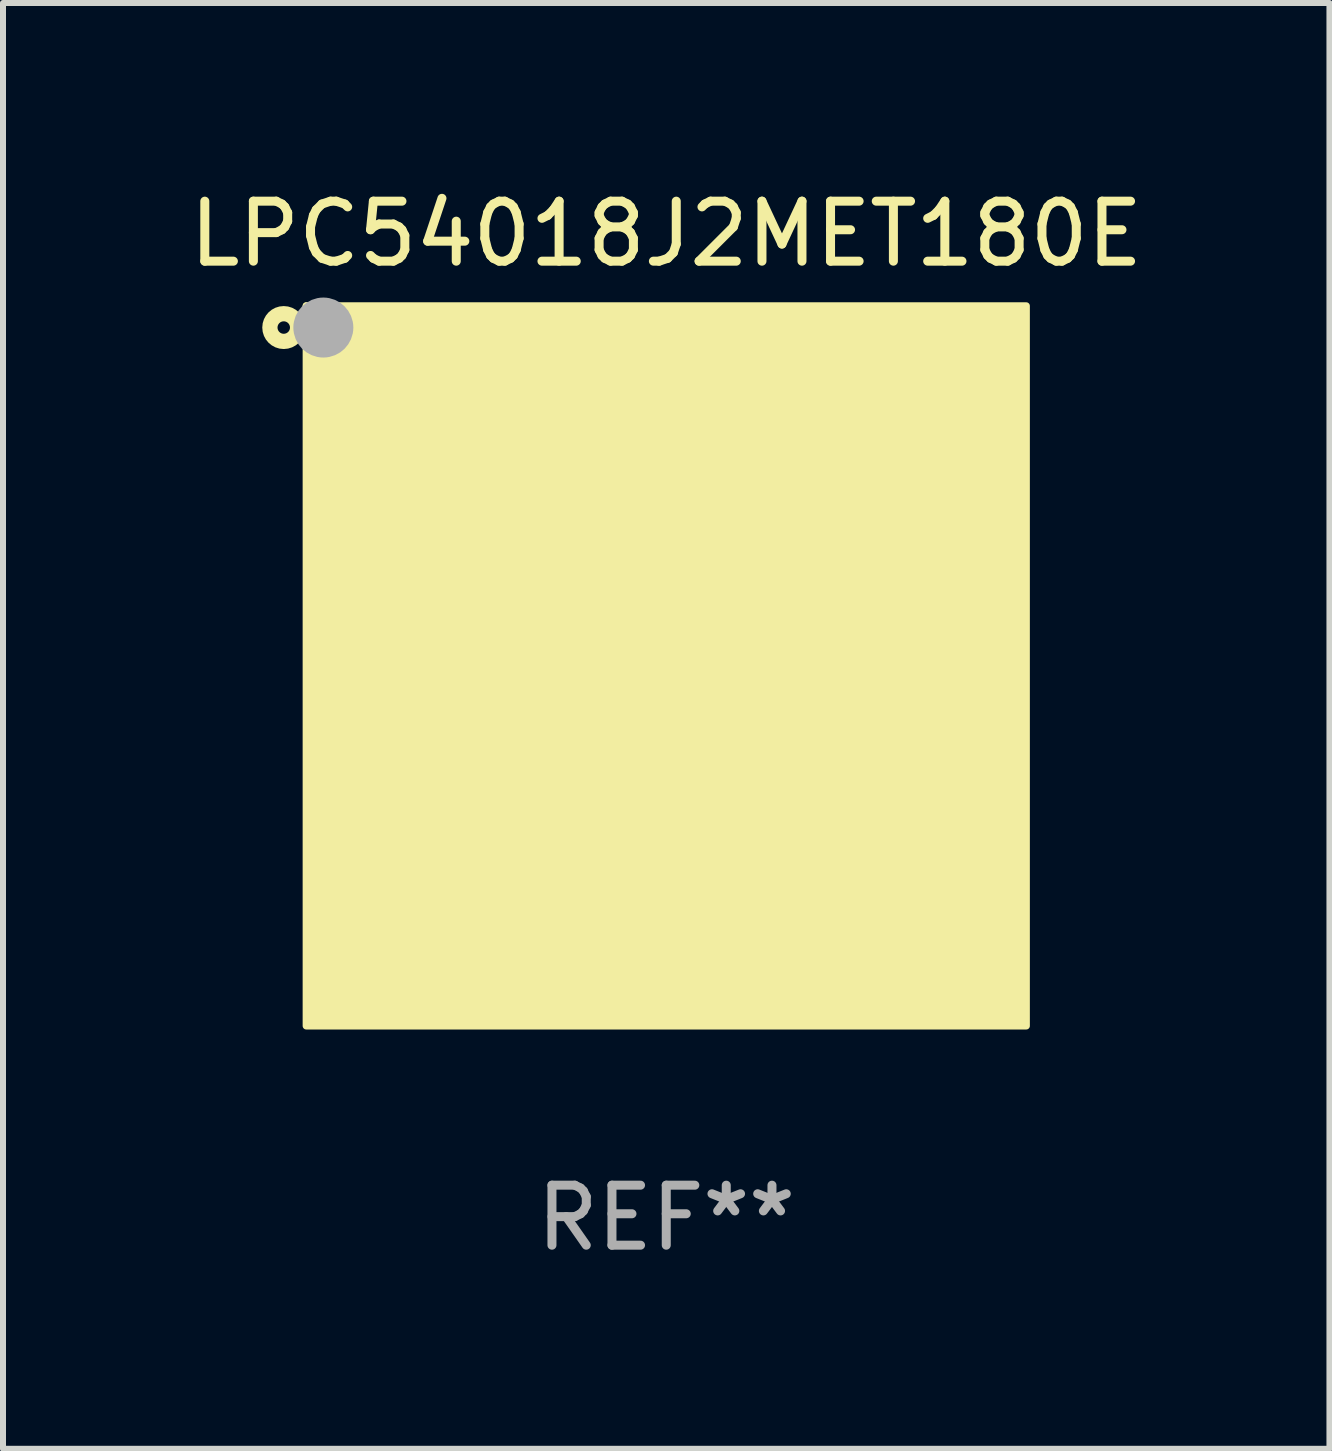
<source format=kicad_pcb>
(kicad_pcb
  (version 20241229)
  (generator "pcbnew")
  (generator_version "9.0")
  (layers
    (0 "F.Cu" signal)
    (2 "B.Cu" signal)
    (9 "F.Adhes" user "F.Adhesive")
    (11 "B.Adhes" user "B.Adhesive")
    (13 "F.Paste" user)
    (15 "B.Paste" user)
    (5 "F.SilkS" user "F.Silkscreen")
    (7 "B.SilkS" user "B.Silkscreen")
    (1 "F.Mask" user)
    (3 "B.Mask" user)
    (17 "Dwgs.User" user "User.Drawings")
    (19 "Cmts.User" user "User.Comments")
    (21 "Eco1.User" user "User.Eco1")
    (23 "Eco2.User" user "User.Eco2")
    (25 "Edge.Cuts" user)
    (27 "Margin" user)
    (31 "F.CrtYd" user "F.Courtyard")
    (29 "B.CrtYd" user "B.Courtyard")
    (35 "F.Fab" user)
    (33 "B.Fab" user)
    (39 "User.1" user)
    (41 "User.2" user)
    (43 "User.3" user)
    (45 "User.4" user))
  (footprint "LPC54018J2MET180E"
    (layer "F.Cu")
    (at 8.054 8.048)
    (property "Reference" "LPC54018J2MET180E" (at 0 -7.2 0) (layer "F.SilkS") (effects (font (size 1 1) (thickness 0.15))))
    (attr through_hole)
    (fp_circle (center -6.375 -5.639) (end -6.271 -5.639) (stroke (width 0.254) (type solid)) (fill no) (layer "F.SilkS"))
    (fp_circle (center -6 -6) (end -5.97 -6) (stroke (width 0.06) (type solid)) (fill no) (layer "F.SilkS"))
    (fp_poly (pts (xy -6 -6) (xy 6 -6) (xy 6 6) (xy -6 6)) (stroke (width 0.12) (type solid)) (fill yes) (layer "F.SilkS"))
    (fp_circle (center -5.715 -5.639) (end -5.465 -5.639) (stroke (width 0.5) (type solid)) (fill no) (layer "F.Fab"))
    (fp_text user "REF**" (at 0 9.2 0) (layer "F.Fab") (effects (font (size 1 1) (thickness 0.15))))
    (pad "A1" smd circle (at -5.2 -5.2) (size 0.5 0.5) (layers "F.Cu" "F.Mask" "F.Paste"))
    (pad "A2" smd circle (at -4.4 -5.2) (size 0.5 0.5) (layers "F.Cu" "F.Mask" "F.Paste"))
    (pad "A3" smd circle (at -3.6 -5.2) (size 0.5 0.5) (layers "F.Cu" "F.Mask" "F.Paste"))
    (pad "A4" smd circle (at -2.8 -5.2) (size 0.5 0.5) (layers "F.Cu" "F.Mask" "F.Paste"))
    (pad "A5" smd circle (at -2 -5.2) (size 0.5 0.5) (layers "F.Cu" "F.Mask" "F.Paste"))
    (pad "A6" smd circle (at -1.2 -5.2) (size 0.5 0.5) (layers "F.Cu" "F.Mask" "F.Paste"))
    (pad "A7" smd circle (at -0.4 -5.2) (size 0.5 0.5) (layers "F.Cu" "F.Mask" "F.Paste"))
    (pad "A8" smd circle (at 0.4 -5.2) (size 0.5 0.5) (layers "F.Cu" "F.Mask" "F.Paste"))
    (pad "A9" smd circle (at 1.2 -5.2) (size 0.5 0.5) (layers "F.Cu" "F.Mask" "F.Paste"))
    (pad "A10" smd circle (at 2 -5.2) (size 0.5 0.5) (layers "F.Cu" "F.Mask" "F.Paste"))
    (pad "A11" smd circle (at 2.8 -5.2) (size 0.5 0.5) (layers "F.Cu" "F.Mask" "F.Paste"))
    (pad "A12" smd circle (at 3.6 -5.2) (size 0.5 0.5) (layers "F.Cu" "F.Mask" "F.Paste"))
    (pad "A13" smd circle (at 4.4 -5.2) (size 0.5 0.5) (layers "F.Cu" "F.Mask" "F.Paste"))
    (pad "A14" smd circle (at 5.2 -5.2) (size 0.5 0.5) (layers "F.Cu" "F.Mask" "F.Paste"))
    (pad "B1" smd circle (at -5.2 -4.4) (size 0.5 0.5) (layers "F.Cu" "F.Mask" "F.Paste"))
    (pad "B2" smd circle (at -4.4 -4.4) (size 0.5 0.5) (layers "F.Cu" "F.Mask" "F.Paste"))
    (pad "B3" smd circle (at -3.6 -4.4) (size 0.5 0.5) (layers "F.Cu" "F.Mask" "F.Paste"))
    (pad "B4" smd circle (at -2.8 -4.4) (size 0.5 0.5) (layers "F.Cu" "F.Mask" "F.Paste"))
    (pad "B5" smd circle (at -2 -4.4) (size 0.5 0.5) (layers "F.Cu" "F.Mask" "F.Paste"))
    (pad "B6" smd circle (at -1.2 -4.4) (size 0.5 0.5) (layers "F.Cu" "F.Mask" "F.Paste"))
    (pad "B7" smd circle (at -0.4 -4.4) (size 0.5 0.5) (layers "F.Cu" "F.Mask" "F.Paste"))
    (pad "B8" smd circle (at 0.4 -4.4) (size 0.5 0.5) (layers "F.Cu" "F.Mask" "F.Paste"))
    (pad "B9" smd circle (at 1.2 -4.4) (size 0.5 0.5) (layers "F.Cu" "F.Mask" "F.Paste"))
    (pad "B10" smd circle (at 2 -4.4) (size 0.5 0.5) (layers "F.Cu" "F.Mask" "F.Paste"))
    (pad "B11" smd circle (at 2.8 -4.4) (size 0.5 0.5) (layers "F.Cu" "F.Mask" "F.Paste"))
    (pad "B12" smd circle (at 3.6 -4.4) (size 0.5 0.5) (layers "F.Cu" "F.Mask" "F.Paste"))
    (pad "B13" smd circle (at 4.4 -4.4) (size 0.5 0.5) (layers "F.Cu" "F.Mask" "F.Paste"))
    (pad "B14" smd circle (at 5.2 -4.4) (size 0.5 0.5) (layers "F.Cu" "F.Mask" "F.Paste"))
    (pad "C1" smd circle (at -5.2 -3.6) (size 0.5 0.5) (layers "F.Cu" "F.Mask" "F.Paste"))
    (pad "C2" smd circle (at -4.4 -3.6) (size 0.5 0.5) (layers "F.Cu" "F.Mask" "F.Paste"))
    (pad "C3" smd circle (at -3.6 -3.6) (size 0.5 0.5) (layers "F.Cu" "F.Mask" "F.Paste"))
    (pad "C4" smd circle (at -2.8 -3.6) (size 0.5 0.5) (layers "F.Cu" "F.Mask" "F.Paste"))
    (pad "C5" smd circle (at -2 -3.6) (size 0.5 0.5) (layers "F.Cu" "F.Mask" "F.Paste"))
    (pad "C6" smd circle (at -1.2 -3.6) (size 0.5 0.5) (layers "F.Cu" "F.Mask" "F.Paste"))
    (pad "C7" smd circle (at -0.4 -3.6) (size 0.5 0.5) (layers "F.Cu" "F.Mask" "F.Paste"))
    (pad "C8" smd circle (at 0.4 -3.6) (size 0.5 0.5) (layers "F.Cu" "F.Mask" "F.Paste"))
    (pad "C9" smd circle (at 1.2 -3.6) (size 0.5 0.5) (layers "F.Cu" "F.Mask" "F.Paste"))
    (pad "C10" smd circle (at 2 -3.6) (size 0.5 0.5) (layers "F.Cu" "F.Mask" "F.Paste"))
    (pad "C11" smd circle (at 2.8 -3.6) (size 0.5 0.5) (layers "F.Cu" "F.Mask" "F.Paste"))
    (pad "C12" smd circle (at 3.6 -3.6) (size 0.5 0.5) (layers "F.Cu" "F.Mask" "F.Paste"))
    (pad "C13" smd circle (at 4.4 -3.6) (size 0.5 0.5) (layers "F.Cu" "F.Mask" "F.Paste"))
    (pad "C14" smd circle (at 5.2 -3.6) (size 0.5 0.5) (layers "F.Cu" "F.Mask" "F.Paste"))
    (pad "D1" smd circle (at -5.2 -2.8) (size 0.5 0.5) (layers "F.Cu" "F.Mask" "F.Paste"))
    (pad "D2" smd circle (at -4.4 -2.8) (size 0.5 0.5) (layers "F.Cu" "F.Mask" "F.Paste"))
    (pad "D3" smd circle (at -3.6 -2.8) (size 0.5 0.5) (layers "F.Cu" "F.Mask" "F.Paste"))
    (pad "D4" smd circle (at -2.8 -2.8) (size 0.5 0.5) (layers "F.Cu" "F.Mask" "F.Paste"))
    (pad "D5" smd circle (at -2 -2.8) (size 0.5 0.5) (layers "F.Cu" "F.Mask" "F.Paste"))
    (pad "D6" smd circle (at -1.2 -2.8) (size 0.5 0.5) (layers "F.Cu" "F.Mask" "F.Paste"))
    (pad "D7" smd circle (at -0.4 -2.8) (size 0.5 0.5) (layers "F.Cu" "F.Mask" "F.Paste"))
    (pad "D8" smd circle (at 0.4 -2.8) (size 0.5 0.5) (layers "F.Cu" "F.Mask" "F.Paste"))
    (pad "D9" smd circle (at 1.2 -2.8) (size 0.5 0.5) (layers "F.Cu" "F.Mask" "F.Paste"))
    (pad "D10" smd circle (at 2 -2.8) (size 0.5 0.5) (layers "F.Cu" "F.Mask" "F.Paste"))
    (pad "D11" smd circle (at 2.8 -2.8) (size 0.5 0.5) (layers "F.Cu" "F.Mask" "F.Paste"))
    (pad "D12" smd circle (at 3.6 -2.8) (size 0.5 0.5) (layers "F.Cu" "F.Mask" "F.Paste"))
    (pad "D13" smd circle (at 4.4 -2.8) (size 0.5 0.5) (layers "F.Cu" "F.Mask" "F.Paste"))
    (pad "D14" smd circle (at 5.2 -2.8) (size 0.5 0.5) (layers "F.Cu" "F.Mask" "F.Paste"))
    (pad "E1" smd circle (at -5.2 -2) (size 0.5 0.5) (layers "F.Cu" "F.Mask" "F.Paste"))
    (pad "E2" smd circle (at -4.4 -2) (size 0.5 0.5) (layers "F.Cu" "F.Mask" "F.Paste"))
    (pad "E3" smd circle (at -3.6 -2) (size 0.5 0.5) (layers "F.Cu" "F.Mask" "F.Paste"))
    (pad "E4" smd circle (at -2.8 -2) (size 0.5 0.5) (layers "F.Cu" "F.Mask" "F.Paste"))
    (pad "E5" smd circle (at -2 -2) (size 0.5 0.5) (layers "F.Cu" "F.Mask" "F.Paste"))
    (pad "E6" smd circle (at -1.2 -2) (size 0.5 0.5) (layers "F.Cu" "F.Mask" "F.Paste"))
    (pad "E7" smd circle (at -0.4 -2) (size 0.5 0.5) (layers "F.Cu" "F.Mask" "F.Paste"))
    (pad "E8" smd circle (at 0.4 -2) (size 0.5 0.5) (layers "F.Cu" "F.Mask" "F.Paste"))
    (pad "E9" smd circle (at 1.2 -2) (size 0.5 0.5) (layers "F.Cu" "F.Mask" "F.Paste"))
    (pad "E10" smd circle (at 2 -2) (size 0.5 0.5) (layers "F.Cu" "F.Mask" "F.Paste"))
    (pad "E11" smd circle (at 2.8 -2) (size 0.5 0.5) (layers "F.Cu" "F.Mask" "F.Paste"))
    (pad "E12" smd circle (at 3.6 -2) (size 0.5 0.5) (layers "F.Cu" "F.Mask" "F.Paste"))
    (pad "E13" smd circle (at 4.4 -2) (size 0.5 0.5) (layers "F.Cu" "F.Mask" "F.Paste"))
    (pad "E14" smd circle (at 5.2 -2) (size 0.5 0.5) (layers "F.Cu" "F.Mask" "F.Paste"))
    (pad "F1" smd circle (at -5.2 -1.2) (size 0.5 0.5) (layers "F.Cu" "F.Mask" "F.Paste"))
    (pad "F2" smd circle (at -4.4 -1.2) (size 0.5 0.5) (layers "F.Cu" "F.Mask" "F.Paste"))
    (pad "F3" smd circle (at -3.6 -1.2) (size 0.5 0.5) (layers "F.Cu" "F.Mask" "F.Paste"))
    (pad "F4" smd circle (at -2.8 -1.2) (size 0.5 0.5) (layers "F.Cu" "F.Mask" "F.Paste"))
    (pad "F5" smd circle (at -2 -1.2) (size 0.5 0.5) (layers "F.Cu" "F.Mask" "F.Paste"))
    (pad "F10" smd circle (at 2 -1.2) (size 0.5 0.5) (layers "F.Cu" "F.Mask" "F.Paste"))
    (pad "F11" smd circle (at 2.8 -1.2) (size 0.5 0.5) (layers "F.Cu" "F.Mask" "F.Paste"))
    (pad "F12" smd circle (at 3.6 -1.2) (size 0.5 0.5) (layers "F.Cu" "F.Mask" "F.Paste"))
    (pad "F13" smd circle (at 4.4 -1.2) (size 0.5 0.5) (layers "F.Cu" "F.Mask" "F.Paste"))
    (pad "F14" smd circle (at 5.2 -1.2) (size 0.5 0.5) (layers "F.Cu" "F.Mask" "F.Paste"))
    (pad "G1" smd circle (at -5.2 -0.4) (size 0.5 0.5) (layers "F.Cu" "F.Mask" "F.Paste"))
    (pad "G2" smd circle (at -4.4 -0.4) (size 0.5 0.5) (layers "F.Cu" "F.Mask" "F.Paste"))
    (pad "G3" smd circle (at -3.6 -0.4) (size 0.5 0.5) (layers "F.Cu" "F.Mask" "F.Paste"))
    (pad "G4" smd circle (at -2.8 -0.4) (size 0.5 0.5) (layers "F.Cu" "F.Mask" "F.Paste"))
    (pad "G5" smd circle (at -2 -0.4) (size 0.5 0.5) (layers "F.Cu" "F.Mask" "F.Paste"))
    (pad "G10" smd circle (at 2 -0.4) (size 0.5 0.5) (layers "F.Cu" "F.Mask" "F.Paste"))
    (pad "G11" smd circle (at 2.8 -0.4) (size 0.5 0.5) (layers "F.Cu" "F.Mask" "F.Paste"))
    (pad "G12" smd circle (at 3.6 -0.4) (size 0.5 0.5) (layers "F.Cu" "F.Mask" "F.Paste"))
    (pad "G13" smd circle (at 4.4 -0.4) (size 0.5 0.5) (layers "F.Cu" "F.Mask" "F.Paste"))
    (pad "G14" smd circle (at 5.2 -0.4) (size 0.5 0.5) (layers "F.Cu" "F.Mask" "F.Paste"))
    (pad "H1" smd circle (at -5.2 0.4) (size 0.5 0.5) (layers "F.Cu" "F.Mask" "F.Paste"))
    (pad "H2" smd circle (at -4.4 0.4) (size 0.5 0.5) (layers "F.Cu" "F.Mask" "F.Paste"))
    (pad "H3" smd circle (at -3.6 0.4) (size 0.5 0.5) (layers "F.Cu" "F.Mask" "F.Paste"))
    (pad "H4" smd circle (at -2.8 0.4) (size 0.5 0.5) (layers "F.Cu" "F.Mask" "F.Paste"))
    (pad "H5" smd circle (at -2 0.4) (size 0.5 0.5) (layers "F.Cu" "F.Mask" "F.Paste"))
    (pad "H10" smd circle (at 2 0.4) (size 0.5 0.5) (layers "F.Cu" "F.Mask" "F.Paste"))
    (pad "H11" smd circle (at 2.8 0.4) (size 0.5 0.5) (layers "F.Cu" "F.Mask" "F.Paste"))
    (pad "H12" smd circle (at 3.6 0.4) (size 0.5 0.5) (layers "F.Cu" "F.Mask" "F.Paste"))
    (pad "H13" smd circle (at 4.4 0.4) (size 0.5 0.5) (layers "F.Cu" "F.Mask" "F.Paste"))
    (pad "H14" smd circle (at 5.2 0.4) (size 0.5 0.5) (layers "F.Cu" "F.Mask" "F.Paste"))
    (pad "J1" smd circle (at -5.2 1.2) (size 0.5 0.5) (layers "F.Cu" "F.Mask" "F.Paste"))
    (pad "J2" smd circle (at -4.4 1.2) (size 0.5 0.5) (layers "F.Cu" "F.Mask" "F.Paste"))
    (pad "J3" smd circle (at -3.6 1.2) (size 0.5 0.5) (layers "F.Cu" "F.Mask" "F.Paste"))
    (pad "J4" smd circle (at -2.8 1.2) (size 0.5 0.5) (layers "F.Cu" "F.Mask" "F.Paste"))
    (pad "J5" smd circle (at -2 1.2) (size 0.5 0.5) (layers "F.Cu" "F.Mask" "F.Paste"))
    (pad "J10" smd circle (at 2 1.2) (size 0.5 0.5) (layers "F.Cu" "F.Mask" "F.Paste"))
    (pad "J11" smd circle (at 2.8 1.2) (size 0.5 0.5) (layers "F.Cu" "F.Mask" "F.Paste"))
    (pad "J12" smd circle (at 3.6 1.2) (size 0.5 0.5) (layers "F.Cu" "F.Mask" "F.Paste"))
    (pad "J13" smd circle (at 4.4 1.2) (size 0.5 0.5) (layers "F.Cu" "F.Mask" "F.Paste"))
    (pad "J14" smd circle (at 5.2 1.2) (size 0.5 0.5) (layers "F.Cu" "F.Mask" "F.Paste"))
    (pad "K1" smd circle (at -5.2 2) (size 0.5 0.5) (layers "F.Cu" "F.Mask" "F.Paste"))
    (pad "K2" smd circle (at -4.4 2) (size 0.5 0.5) (layers "F.Cu" "F.Mask" "F.Paste"))
    (pad "K3" smd circle (at -3.6 2) (size 0.5 0.5) (layers "F.Cu" "F.Mask" "F.Paste"))
    (pad "K4" smd circle (at -2.8 2) (size 0.5 0.5) (layers "F.Cu" "F.Mask" "F.Paste"))
    (pad "K5" smd circle (at -2 2) (size 0.5 0.5) (layers "F.Cu" "F.Mask" "F.Paste"))
    (pad "K6" smd circle (at -1.2 2) (size 0.5 0.5) (layers "F.Cu" "F.Mask" "F.Paste"))
    (pad "K7" smd circle (at -0.4 2) (size 0.5 0.5) (layers "F.Cu" "F.Mask" "F.Paste"))
    (pad "K8" smd circle (at 0.4 2) (size 0.5 0.5) (layers "F.Cu" "F.Mask" "F.Paste"))
    (pad "K9" smd circle (at 1.2 2) (size 0.5 0.5) (layers "F.Cu" "F.Mask" "F.Paste"))
    (pad "K10" smd circle (at 2 2) (size 0.5 0.5) (layers "F.Cu" "F.Mask" "F.Paste"))
    (pad "K11" smd circle (at 2.8 2) (size 0.5 0.5) (layers "F.Cu" "F.Mask" "F.Paste"))
    (pad "K12" smd circle (at 3.6 2) (size 0.5 0.5) (layers "F.Cu" "F.Mask" "F.Paste"))
    (pad "K13" smd circle (at 4.4 2) (size 0.5 0.5) (layers "F.Cu" "F.Mask" "F.Paste"))
    (pad "K14" smd circle (at 5.2 2) (size 0.5 0.5) (layers "F.Cu" "F.Mask" "F.Paste"))
    (pad "L1" smd circle (at -5.2 2.8) (size 0.5 0.5) (layers "F.Cu" "F.Mask" "F.Paste"))
    (pad "L2" smd circle (at -4.4 2.8) (size 0.5 0.5) (layers "F.Cu" "F.Mask" "F.Paste"))
    (pad "L3" smd circle (at -3.6 2.8) (size 0.5 0.5) (layers "F.Cu" "F.Mask" "F.Paste"))
    (pad "L4" smd circle (at -2.8 2.8) (size 0.5 0.5) (layers "F.Cu" "F.Mask" "F.Paste"))
    (pad "L5" smd circle (at -2 2.8) (size 0.5 0.5) (layers "F.Cu" "F.Mask" "F.Paste"))
    (pad "L6" smd circle (at -1.2 2.8) (size 0.5 0.5) (layers "F.Cu" "F.Mask" "F.Paste"))
    (pad "L7" smd circle (at -0.4 2.8) (size 0.5 0.5) (layers "F.Cu" "F.Mask" "F.Paste"))
    (pad "L8" smd circle (at 0.4 2.8) (size 0.5 0.5) (layers "F.Cu" "F.Mask" "F.Paste"))
    (pad "L9" smd circle (at 1.2 2.8) (size 0.5 0.5) (layers "F.Cu" "F.Mask" "F.Paste"))
    (pad "L10" smd circle (at 2 2.8) (size 0.5 0.5) (layers "F.Cu" "F.Mask" "F.Paste"))
    (pad "L11" smd circle (at 2.8 2.8) (size 0.5 0.5) (layers "F.Cu" "F.Mask" "F.Paste"))
    (pad "L12" smd circle (at 3.6 2.8) (size 0.5 0.5) (layers "F.Cu" "F.Mask" "F.Paste"))
    (pad "L13" smd circle (at 4.4 2.8) (size 0.5 0.5) (layers "F.Cu" "F.Mask" "F.Paste"))
    (pad "L14" smd circle (at 5.2 2.8) (size 0.5 0.5) (layers "F.Cu" "F.Mask" "F.Paste"))
    (pad "M1" smd circle (at -5.2 3.6) (size 0.5 0.5) (layers "F.Cu" "F.Mask" "F.Paste"))
    (pad "M2" smd circle (at -4.4 3.6) (size 0.5 0.5) (layers "F.Cu" "F.Mask" "F.Paste"))
    (pad "M3" smd circle (at -3.6 3.6) (size 0.5 0.5) (layers "F.Cu" "F.Mask" "F.Paste"))
    (pad "M4" smd circle (at -2.8 3.6) (size 0.5 0.5) (layers "F.Cu" "F.Mask" "F.Paste"))
    (pad "M5" smd circle (at -2 3.6) (size 0.5 0.5) (layers "F.Cu" "F.Mask" "F.Paste"))
    (pad "M6" smd circle (at -1.2 3.6) (size 0.5 0.5) (layers "F.Cu" "F.Mask" "F.Paste"))
    (pad "M7" smd circle (at -0.4 3.6) (size 0.5 0.5) (layers "F.Cu" "F.Mask" "F.Paste"))
    (pad "M8" smd circle (at 0.4 3.6) (size 0.5 0.5) (layers "F.Cu" "F.Mask" "F.Paste"))
    (pad "M9" smd circle (at 1.2 3.6) (size 0.5 0.5) (layers "F.Cu" "F.Mask" "F.Paste"))
    (pad "M10" smd circle (at 2 3.6) (size 0.5 0.5) (layers "F.Cu" "F.Mask" "F.Paste"))
    (pad "M11" smd circle (at 2.8 3.6) (size 0.5 0.5) (layers "F.Cu" "F.Mask" "F.Paste"))
    (pad "M12" smd circle (at 3.6 3.6) (size 0.5 0.5) (layers "F.Cu" "F.Mask" "F.Paste"))
    (pad "M13" smd circle (at 4.4 3.6) (size 0.5 0.5) (layers "F.Cu" "F.Mask" "F.Paste"))
    (pad "M14" smd circle (at 5.2 3.6) (size 0.5 0.5) (layers "F.Cu" "F.Mask" "F.Paste"))
    (pad "N1" smd circle (at -5.2 4.4) (size 0.5 0.5) (layers "F.Cu" "F.Mask" "F.Paste"))
    (pad "N2" smd circle (at -4.4 4.4) (size 0.5 0.5) (layers "F.Cu" "F.Mask" "F.Paste"))
    (pad "N3" smd circle (at -3.6 4.4) (size 0.5 0.5) (layers "F.Cu" "F.Mask" "F.Paste"))
    (pad "N4" smd circle (at -2.8 4.4) (size 0.5 0.5) (layers "F.Cu" "F.Mask" "F.Paste"))
    (pad "N5" smd circle (at -2 4.4) (size 0.5 0.5) (layers "F.Cu" "F.Mask" "F.Paste"))
    (pad "N6" smd circle (at -1.2 4.4) (size 0.5 0.5) (layers "F.Cu" "F.Mask" "F.Paste"))
    (pad "N7" smd circle (at -0.4 4.4) (size 0.5 0.5) (layers "F.Cu" "F.Mask" "F.Paste"))
    (pad "N8" smd circle (at 0.4 4.4) (size 0.5 0.5) (layers "F.Cu" "F.Mask" "F.Paste"))
    (pad "N9" smd circle (at 1.2 4.4) (size 0.5 0.5) (layers "F.Cu" "F.Mask" "F.Paste"))
    (pad "N10" smd circle (at 2 4.4) (size 0.5 0.5) (layers "F.Cu" "F.Mask" "F.Paste"))
    (pad "N11" smd circle (at 2.8 4.4) (size 0.5 0.5) (layers "F.Cu" "F.Mask" "F.Paste"))
    (pad "N12" smd circle (at 3.6 4.4) (size 0.5 0.5) (layers "F.Cu" "F.Mask" "F.Paste"))
    (pad "N13" smd circle (at 4.4 4.4) (size 0.5 0.5) (layers "F.Cu" "F.Mask" "F.Paste"))
    (pad "N14" smd circle (at 5.2 4.4) (size 0.5 0.5) (layers "F.Cu" "F.Mask" "F.Paste"))
    (pad "P1" smd circle (at -5.2 5.2) (size 0.5 0.5) (layers "F.Cu" "F.Mask" "F.Paste"))
    (pad "P2" smd circle (at -4.4 5.2) (size 0.5 0.5) (layers "F.Cu" "F.Mask" "F.Paste"))
    (pad "P3" smd circle (at -3.6 5.2) (size 0.5 0.5) (layers "F.Cu" "F.Mask" "F.Paste"))
    (pad "P4" smd circle (at -2.8 5.2) (size 0.5 0.5) (layers "F.Cu" "F.Mask" "F.Paste"))
    (pad "P5" smd circle (at -2 5.2) (size 0.5 0.5) (layers "F.Cu" "F.Mask" "F.Paste"))
    (pad "P6" smd circle (at -1.2 5.2) (size 0.5 0.5) (layers "F.Cu" "F.Mask" "F.Paste"))
    (pad "P7" smd circle (at -0.4 5.2) (size 0.5 0.5) (layers "F.Cu" "F.Mask" "F.Paste"))
    (pad "P8" smd circle (at 0.4 5.2) (size 0.5 0.5) (layers "F.Cu" "F.Mask" "F.Paste"))
    (pad "P9" smd circle (at 1.2 5.2) (size 0.5 0.5) (layers "F.Cu" "F.Mask" "F.Paste"))
    (pad "P10" smd circle (at 2 5.2) (size 0.5 0.5) (layers "F.Cu" "F.Mask" "F.Paste"))
    (pad "P11" smd circle (at 2.8 5.2) (size 0.5 0.5) (layers "F.Cu" "F.Mask" "F.Paste"))
    (pad "P12" smd circle (at 3.6 5.2) (size 0.5 0.5) (layers "F.Cu" "F.Mask" "F.Paste"))
    (pad "P13" smd circle (at 4.4 5.2) (size 0.5 0.5) (layers "F.Cu" "F.Mask" "F.Paste"))
    (pad "P14" smd circle (at 5.2 5.2) (size 0.5 0.5) (layers "F.Cu" "F.Mask" "F.Paste")))
  (gr_rect
    (start -3 -3)
    (end 19.107 21.096)
    (stroke (width 0.1) (type default))
    (fill no)
    (layer "Edge.Cuts")))
</source>
